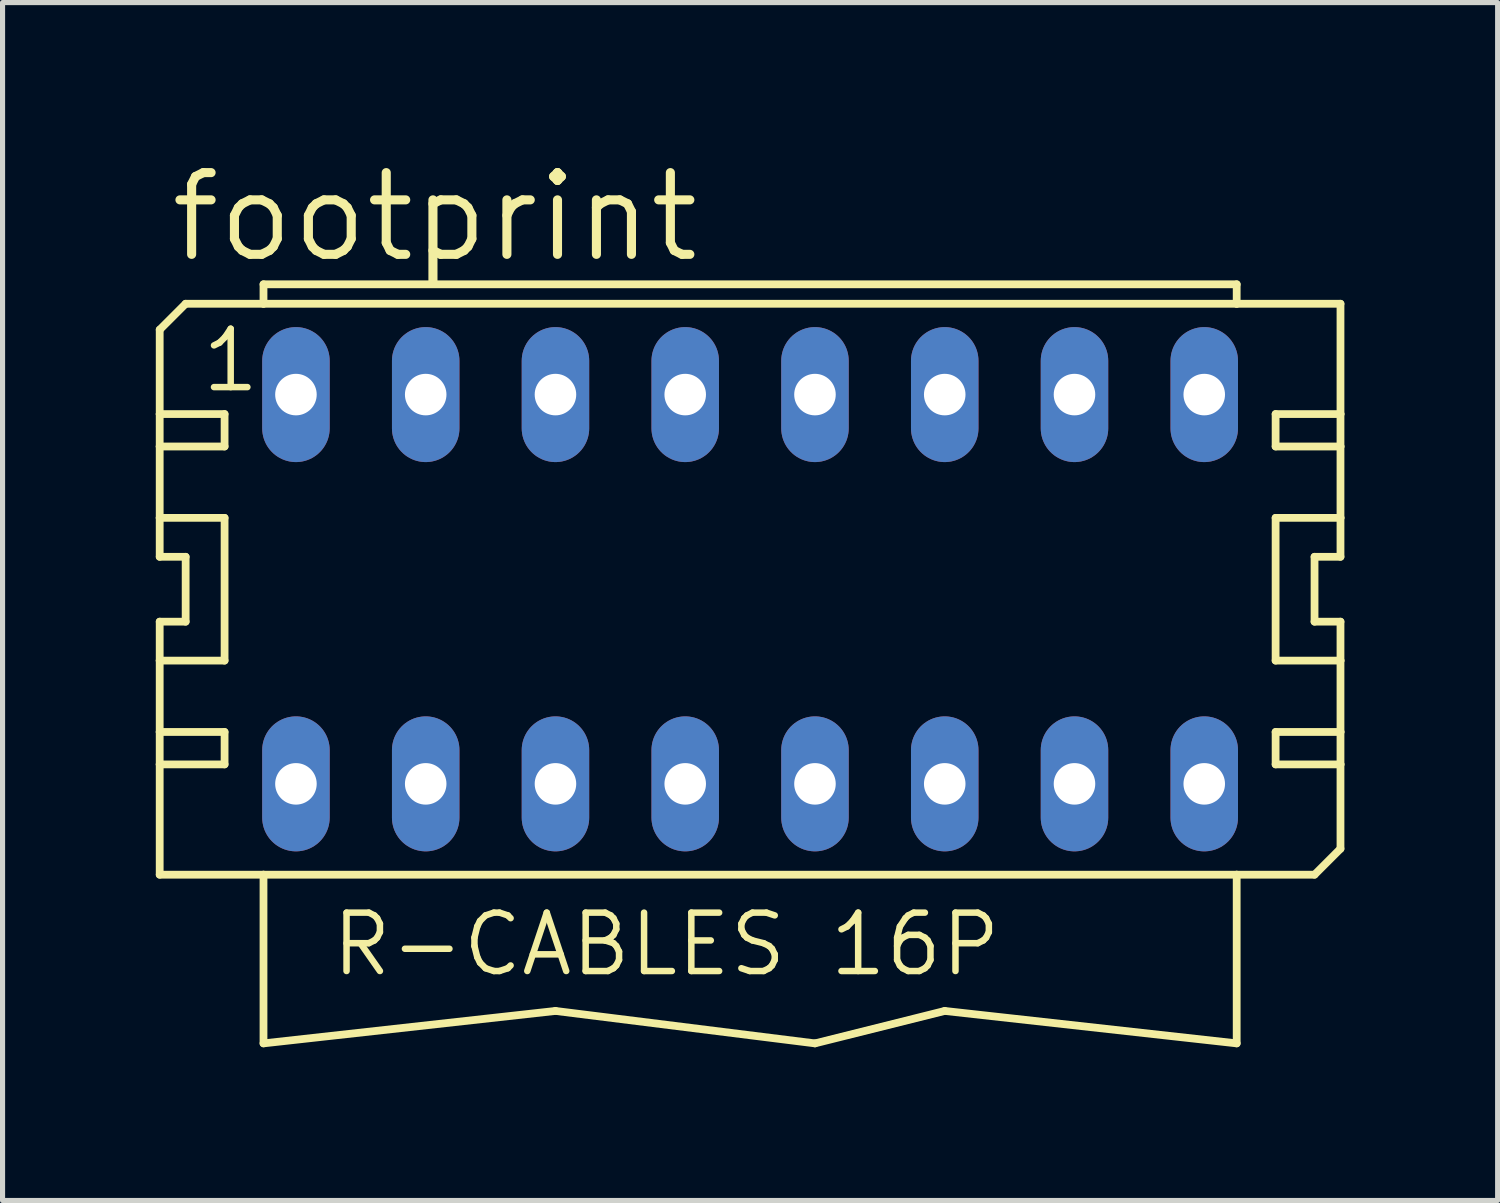
<source format=kicad_pcb>
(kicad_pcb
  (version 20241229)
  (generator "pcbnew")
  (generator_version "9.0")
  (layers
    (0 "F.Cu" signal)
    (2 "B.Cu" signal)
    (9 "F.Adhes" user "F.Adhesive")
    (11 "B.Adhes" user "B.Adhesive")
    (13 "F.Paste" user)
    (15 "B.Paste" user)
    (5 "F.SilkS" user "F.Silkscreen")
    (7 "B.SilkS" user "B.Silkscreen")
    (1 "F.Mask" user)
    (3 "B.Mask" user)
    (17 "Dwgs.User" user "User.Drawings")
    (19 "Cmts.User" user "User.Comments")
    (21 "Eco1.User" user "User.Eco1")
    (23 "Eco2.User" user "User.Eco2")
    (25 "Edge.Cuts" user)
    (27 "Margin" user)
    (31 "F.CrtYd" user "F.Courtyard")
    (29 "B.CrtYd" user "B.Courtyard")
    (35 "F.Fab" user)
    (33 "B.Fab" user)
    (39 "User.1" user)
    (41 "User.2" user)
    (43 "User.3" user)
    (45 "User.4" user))
  (footprint "footprint"
    (layer "F.Cu")
    (at 11.633 8.484)
    (property "Reference" "footprint" (at -11.43 -6.35 0) (layer "F.SilkS") (effects (font (size 1.6 1.6) (thickness 0.178)) (justify left bottom)))
    (fp_line (start -11.557 -5.08) (end -11.557 -3.429) (stroke (width 0.152) (type solid)) (layer "F.SilkS"))
    (fp_line (start -11.557 -3.429) (end -10.287 -3.429) (stroke (width 0.152) (type solid)) (layer "F.SilkS"))
    (fp_line (start -11.557 -2.794) (end -11.557 -3.429) (stroke (width 0.152) (type solid)) (layer "F.SilkS"))
    (fp_line (start -11.557 -2.794) (end -11.557 -1.397) (stroke (width 0.152) (type solid)) (layer "F.SilkS"))
    (fp_line (start -11.557 -2.794) (end -10.287 -2.794) (stroke (width 0.152) (type solid)) (layer "F.SilkS"))
    (fp_line (start -11.557 -1.397) (end -11.557 -0.635) (stroke (width 0.152) (type solid)) (layer "F.SilkS"))
    (fp_line (start -11.557 -1.397) (end -10.287 -1.397) (stroke (width 0.152) (type solid)) (layer "F.SilkS"))
    (fp_line (start -11.557 -0.635) (end -11.049 -0.635) (stroke (width 0.152) (type solid)) (layer "F.SilkS"))
    (fp_line (start -11.557 0.635) (end -11.557 1.397) (stroke (width 0.152) (type solid)) (layer "F.SilkS"))
    (fp_line (start -11.557 1.397) (end -11.557 2.794) (stroke (width 0.152) (type solid)) (layer "F.SilkS"))
    (fp_line (start -11.557 2.794) (end -11.557 3.429) (stroke (width 0.152) (type solid)) (layer "F.SilkS"))
    (fp_line (start -11.557 2.794) (end -10.287 2.794) (stroke (width 0.152) (type solid)) (layer "F.SilkS"))
    (fp_line (start -11.557 3.429) (end -11.557 5.588) (stroke (width 0.152) (type solid)) (layer "F.SilkS"))
    (fp_line (start -11.049 -5.588) (end -11.557 -5.08) (stroke (width 0.152) (type solid)) (layer "F.SilkS"))
    (fp_line (start -11.049 -5.588) (end -9.525 -5.588) (stroke (width 0.152) (type solid)) (layer "F.SilkS"))
    (fp_line (start -11.049 0.635) (end -11.557 0.635) (stroke (width 0.152) (type solid)) (layer "F.SilkS"))
    (fp_line (start -11.049 0.635) (end -11.049 -0.635) (stroke (width 0.152) (type solid)) (layer "F.SilkS"))
    (fp_line (start -10.287 -2.794) (end -10.287 -3.429) (stroke (width 0.152) (type solid)) (layer "F.SilkS"))
    (fp_line (start -10.287 1.397) (end -11.557 1.397) (stroke (width 0.152) (type solid)) (layer "F.SilkS"))
    (fp_line (start -10.287 1.397) (end -10.287 -1.397) (stroke (width 0.152) (type solid)) (layer "F.SilkS"))
    (fp_line (start -10.287 3.429) (end -11.557 3.429) (stroke (width 0.152) (type solid)) (layer "F.SilkS"))
    (fp_line (start -10.287 3.429) (end -10.287 2.794) (stroke (width 0.152) (type solid)) (layer "F.SilkS"))
    (fp_line (start -9.525 -5.969) (end 9.525 -5.969) (stroke (width 0.152) (type solid)) (layer "F.SilkS"))
    (fp_line (start -9.525 -5.588) (end -9.525 -5.969) (stroke (width 0.152) (type solid)) (layer "F.SilkS"))
    (fp_line (start -9.525 -5.588) (end 9.525 -5.588) (stroke (width 0.152) (type solid)) (layer "F.SilkS"))
    (fp_line (start -9.525 5.588) (end -11.557 5.588) (stroke (width 0.152) (type solid)) (layer "F.SilkS"))
    (fp_line (start -9.525 5.588) (end -9.525 8.89) (stroke (width 0.152) (type solid)) (layer "F.SilkS"))
    (fp_line (start -9.525 8.89) (end -3.81 8.255) (stroke (width 0.152) (type solid)) (layer "F.SilkS"))
    (fp_line (start -3.81 8.255) (end 1.27 8.89) (stroke (width 0.152) (type solid)) (layer "F.SilkS"))
    (fp_line (start 1.27 8.89) (end 3.81 8.255) (stroke (width 0.152) (type solid)) (layer "F.SilkS"))
    (fp_line (start 3.81 8.255) (end 9.525 8.89) (stroke (width 0.152) (type solid)) (layer "F.SilkS"))
    (fp_line (start 9.525 -5.969) (end 9.525 -5.588) (stroke (width 0.152) (type solid)) (layer "F.SilkS"))
    (fp_line (start 9.525 -5.588) (end 11.557 -5.588) (stroke (width 0.152) (type solid)) (layer "F.SilkS"))
    (fp_line (start 9.525 5.588) (end -9.525 5.588) (stroke (width 0.152) (type solid)) (layer "F.SilkS"))
    (fp_line (start 9.525 8.89) (end 9.525 5.588) (stroke (width 0.152) (type solid)) (layer "F.SilkS"))
    (fp_line (start 10.287 -3.429) (end 10.287 -2.794) (stroke (width 0.152) (type solid)) (layer "F.SilkS"))
    (fp_line (start 10.287 -3.429) (end 11.557 -3.429) (stroke (width 0.152) (type solid)) (layer "F.SilkS"))
    (fp_line (start 10.287 -1.397) (end 10.287 1.397) (stroke (width 0.152) (type solid)) (layer "F.SilkS"))
    (fp_line (start 10.287 -1.397) (end 11.557 -1.397) (stroke (width 0.152) (type solid)) (layer "F.SilkS"))
    (fp_line (start 10.287 2.794) (end 10.287 3.429) (stroke (width 0.152) (type solid)) (layer "F.SilkS"))
    (fp_line (start 10.287 2.794) (end 11.557 2.794) (stroke (width 0.152) (type solid)) (layer "F.SilkS"))
    (fp_line (start 11.049 -0.635) (end 11.049 0.635) (stroke (width 0.152) (type solid)) (layer "F.SilkS"))
    (fp_line (start 11.049 -0.635) (end 11.557 -0.635) (stroke (width 0.152) (type solid)) (layer "F.SilkS"))
    (fp_line (start 11.049 5.588) (end 9.525 5.588) (stroke (width 0.152) (type solid)) (layer "F.SilkS"))
    (fp_line (start 11.557 -5.588) (end 11.557 -3.429) (stroke (width 0.152) (type solid)) (layer "F.SilkS"))
    (fp_line (start 11.557 -3.429) (end 11.557 -2.794) (stroke (width 0.152) (type solid)) (layer "F.SilkS"))
    (fp_line (start 11.557 -2.794) (end 10.287 -2.794) (stroke (width 0.152) (type solid)) (layer "F.SilkS"))
    (fp_line (start 11.557 -2.794) (end 11.557 -1.397) (stroke (width 0.152) (type solid)) (layer "F.SilkS"))
    (fp_line (start 11.557 -1.397) (end 11.557 -0.635) (stroke (width 0.152) (type solid)) (layer "F.SilkS"))
    (fp_line (start 11.557 0.635) (end 11.049 0.635) (stroke (width 0.152) (type solid)) (layer "F.SilkS"))
    (fp_line (start 11.557 0.635) (end 11.557 1.397) (stroke (width 0.152) (type solid)) (layer "F.SilkS"))
    (fp_line (start 11.557 1.397) (end 10.287 1.397) (stroke (width 0.152) (type solid)) (layer "F.SilkS"))
    (fp_line (start 11.557 1.397) (end 11.557 2.794) (stroke (width 0.152) (type solid)) (layer "F.SilkS"))
    (fp_line (start 11.557 2.794) (end 11.557 3.429) (stroke (width 0.152) (type solid)) (layer "F.SilkS"))
    (fp_line (start 11.557 3.429) (end 10.287 3.429) (stroke (width 0.152) (type solid)) (layer "F.SilkS"))
    (fp_line (start 11.557 3.429) (end 11.557 5.08) (stroke (width 0.152) (type solid)) (layer "F.SilkS"))
    (fp_line (start 11.557 5.08) (end 11.049 5.588) (stroke (width 0.152) (type solid)) (layer "F.SilkS"))
    (fp_text user "1" (at -10.795 -3.81 0) (layer "F.SilkS") (effects (font (size 1.143 1.143) (thickness 0.127)) (justify left bottom)))
    (fp_text user "R-CABLES 16P" (at -8.255 7.62 0) (layer "F.SilkS") (effects (font (size 1.143 1.143) (thickness 0.127)) (justify left bottom)))
    (pad "1" thru_hole oval (at -8.89 -3.81 90) (size 2.642 1.321) (drill 0.813) (layers "*.Cu" "*.Mask"))
    (pad "2" thru_hole oval (at -8.89 3.81 90) (size 2.642 1.321) (drill 0.813) (layers "*.Cu" "*.Mask"))
    (pad "3" thru_hole oval (at -6.35 -3.81 90) (size 2.642 1.321) (drill 0.813) (layers "*.Cu" "*.Mask"))
    (pad "4" thru_hole oval (at -6.35 3.81 90) (size 2.642 1.321) (drill 0.813) (layers "*.Cu" "*.Mask"))
    (pad "5" thru_hole oval (at -3.81 -3.81 90) (size 2.642 1.321) (drill 0.813) (layers "*.Cu" "*.Mask"))
    (pad "6" thru_hole oval (at -3.81 3.81 90) (size 2.642 1.321) (drill 0.813) (layers "*.Cu" "*.Mask"))
    (pad "7" thru_hole oval (at -1.27 -3.81 90) (size 2.642 1.321) (drill 0.813) (layers "*.Cu" "*.Mask"))
    (pad "8" thru_hole oval (at -1.27 3.81 90) (size 2.642 1.321) (drill 0.813) (layers "*.Cu" "*.Mask"))
    (pad "9" thru_hole oval (at 1.27 -3.81 90) (size 2.642 1.321) (drill 0.813) (layers "*.Cu" "*.Mask"))
    (pad "10" thru_hole oval (at 1.27 3.81 90) (size 2.642 1.321) (drill 0.813) (layers "*.Cu" "*.Mask"))
    (pad "11" thru_hole oval (at 3.81 -3.81 90) (size 2.642 1.321) (drill 0.813) (layers "*.Cu" "*.Mask"))
    (pad "12" thru_hole oval (at 3.81 3.81 90) (size 2.642 1.321) (drill 0.813) (layers "*.Cu" "*.Mask"))
    (pad "13" thru_hole oval (at 6.35 -3.81 90) (size 2.642 1.321) (drill 0.813) (layers "*.Cu" "*.Mask"))
    (pad "14" thru_hole oval (at 6.35 3.81 90) (size 2.642 1.321) (drill 0.813) (layers "*.Cu" "*.Mask"))
    (pad "15" thru_hole oval (at 8.89 -3.81 90) (size 2.642 1.321) (drill 0.813) (layers "*.Cu" "*.Mask"))
    (pad "16" thru_hole oval (at 8.89 3.81 90) (size 2.642 1.321) (drill 0.813) (layers "*.Cu" "*.Mask")))
  (gr_rect
    (start -3 -3)
    (end 26.266 20.45)
    (stroke (width 0.1) (type default))
    (fill no)
    (layer "Edge.Cuts")))
</source>
